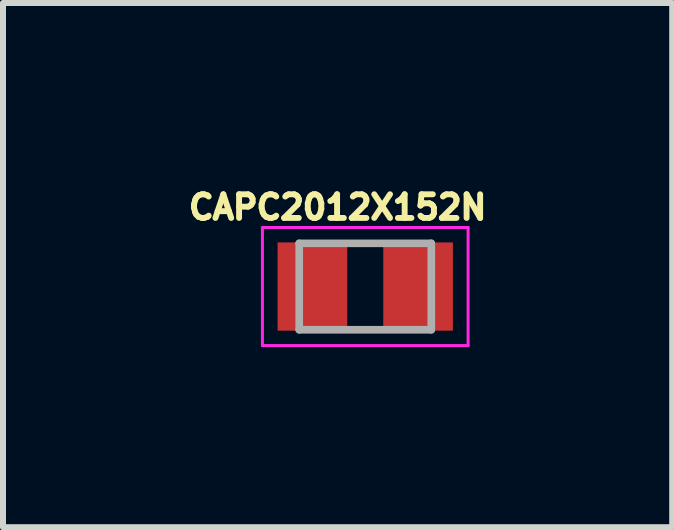
<source format=kicad_pcb>
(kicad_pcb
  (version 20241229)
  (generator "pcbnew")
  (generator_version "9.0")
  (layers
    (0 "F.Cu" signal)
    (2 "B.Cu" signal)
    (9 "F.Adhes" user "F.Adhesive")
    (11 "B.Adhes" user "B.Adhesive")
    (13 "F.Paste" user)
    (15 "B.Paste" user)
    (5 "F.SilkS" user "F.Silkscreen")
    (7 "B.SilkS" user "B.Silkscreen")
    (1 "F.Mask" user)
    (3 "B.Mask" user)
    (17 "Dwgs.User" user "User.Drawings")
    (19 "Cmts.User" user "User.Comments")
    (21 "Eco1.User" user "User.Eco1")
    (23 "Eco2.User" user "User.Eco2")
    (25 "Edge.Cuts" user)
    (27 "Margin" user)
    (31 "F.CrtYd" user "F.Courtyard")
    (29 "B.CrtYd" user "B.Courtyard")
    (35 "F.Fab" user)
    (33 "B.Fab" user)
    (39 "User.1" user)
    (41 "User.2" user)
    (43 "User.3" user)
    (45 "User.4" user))
  (footprint "CAPC2012X152N"
    (layer "F.Cu")
    (at 3.034 1.723)
    (property "Reference" "CAPC2012X152N" (at -0.46 -1.32 0) (layer "F.SilkS") (effects (font (size 0.394 0.394) (thickness 0.15))))
    (attr smd)
    (fp_line (start -1.713 -0.983) (end 1.713 -0.983) (stroke (width 0.05) (type solid)) (layer "F.CrtYd"))
    (fp_line (start -1.713 0.983) (end -1.713 -0.983) (stroke (width 0.05) (type solid)) (layer "F.CrtYd"))
    (fp_line (start -1.713 0.983) (end 1.713 0.983) (stroke (width 0.05) (type solid)) (layer "F.CrtYd"))
    (fp_line (start 1.713 0.983) (end 1.713 -0.983) (stroke (width 0.05) (type solid)) (layer "F.CrtYd"))
    (fp_line (start -1.1 0.72) (end -1.1 -0.72) (stroke (width 0.127) (type solid)) (layer "F.Fab"))
    (fp_line (start 1.1 -0.72) (end -1.1 -0.72) (stroke (width 0.127) (type solid)) (layer "F.Fab"))
    (fp_line (start 1.1 0.72) (end -1.1 0.72) (stroke (width 0.127) (type solid)) (layer "F.Fab"))
    (fp_line (start 1.1 0.72) (end 1.1 -0.72) (stroke (width 0.127) (type solid)) (layer "F.Fab"))
    (pad "1" smd rect (at -0.88 0) (size 1.16 1.47) (layers "F.Cu" "F.Mask" "F.Paste"))
    (pad "2" smd rect (at 0.88 0) (size 1.16 1.47) (layers "F.Cu" "F.Mask" "F.Paste")))
  (gr_rect
    (start -3 -3)
    (end 8.147 5.731)
    (stroke (width 0.1) (type default))
    (fill no)
    (layer "Edge.Cuts")))
</source>
